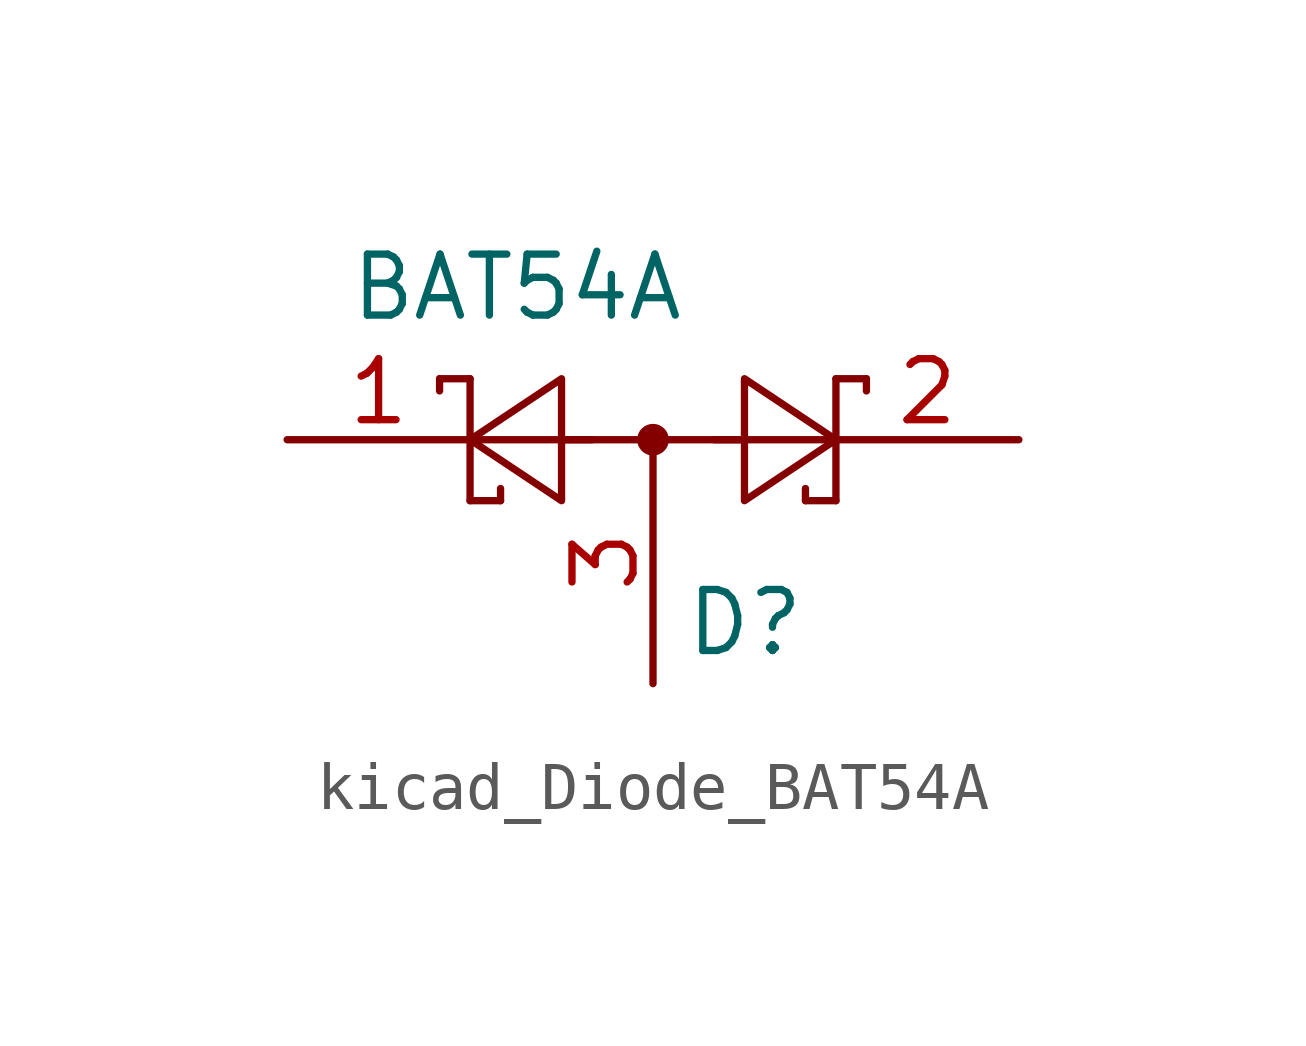
<source format=kicad_sym>
(kicad_symbol_lib
  (version 20220914)
  (generator kicad_symbol_editor)
  (symbol "kicad_Diode_BAT54A"
    (pin_names
      (offset 1.016))
    (property "Reference" "D"
      (at 0.635 -3.81 0)
      (effects (font (size 1.27 1.27)) (justify left)))
    (property "Value" "BAT54A"
      (at -6.35 3.175 0)
      (effects (font (size 1.27 1.27)) (justify left)))
    (symbol "kicad_Diode_BAT54A_0_1"
      (polyline (pts (xy -4.445 1.27) (xy -4.445 1.016)) (stroke (width 0) (type default)) (fill (type none)))
      (polyline (pts (xy -3.81 -1.27) (xy -3.81 1.27)) (stroke (width 0) (type default)) (fill (type none)))
      (polyline (pts (xy -3.81 -1.27) (xy -3.175 -1.27)) (stroke (width 0) (type default)) (fill (type none)))
      (polyline (pts (xy -3.81 0) (xy -1.27 0)) (stroke (width 0) (type default)) (fill (type none)))
      (polyline (pts (xy -3.81 1.27) (xy -4.445 1.27)) (stroke (width 0) (type default)) (fill (type none)))
      (polyline (pts (xy -3.175 -1.27) (xy -3.175 -1.016)) (stroke (width 0) (type default)) (fill (type none)))
      (polyline (pts (xy -1.905 0) (xy 1.905 0)) (stroke (width 0) (type default)) (fill (type none)))
      (polyline (pts (xy 1.27 0) (xy 3.81 0)) (stroke (width 0) (type default)) (fill (type none)))
      (polyline (pts (xy 3.175 -1.27) (xy 3.175 -1.016)) (stroke (width 0) (type default)) (fill (type none)))
      (polyline (pts (xy 3.81 -1.27) (xy 3.175 -1.27)) (stroke (width 0) (type default)) (fill (type none)))
      (polyline (pts (xy 3.81 -1.27) (xy 3.81 1.27)) (stroke (width 0) (type default)) (fill (type none)))
      (polyline (pts (xy 3.81 1.27) (xy 4.445 1.27)) (stroke (width 0) (type default)) (fill (type none)))
      (polyline (pts (xy 4.445 1.27) (xy 4.445 1.016)) (stroke (width 0) (type default)) (fill (type none)))
      (polyline (pts (xy -1.905 1.27) (xy -1.905 -1.27) (xy -3.81 0) (xy -1.905 1.27)) (stroke (width 0) (type default)) (fill (type none)))
      (polyline (pts (xy 1.905 1.27) (xy 1.905 -1.27) (xy 3.81 0) (xy 1.905 1.27)) (stroke (width 0) (type default)) (fill (type none)))
      (circle (center 0 0) (radius 0.254) (stroke (width 0) (type default)) (fill (type outline))))
    (symbol "kicad_Diode_BAT54A_1_1"
      (pin passive line (at -7.62 0 0) (length 3.81) (name "~" (effects (font (size 1.27 1.27)))) (number "1" (effects (font (size 1.27 1.27)))))
      (pin passive line (at 7.62 0 180) (length 3.81) (name "~" (effects (font (size 1.27 1.27)))) (number "2" (effects (font (size 1.27 1.27)))))
      (pin passive line (at 0 -5.08 90) (length 5.08) (name "~" (effects (font (size 1.27 1.27)))) (number "3" (effects (font (size 1.27 1.27))))))))
</source>
